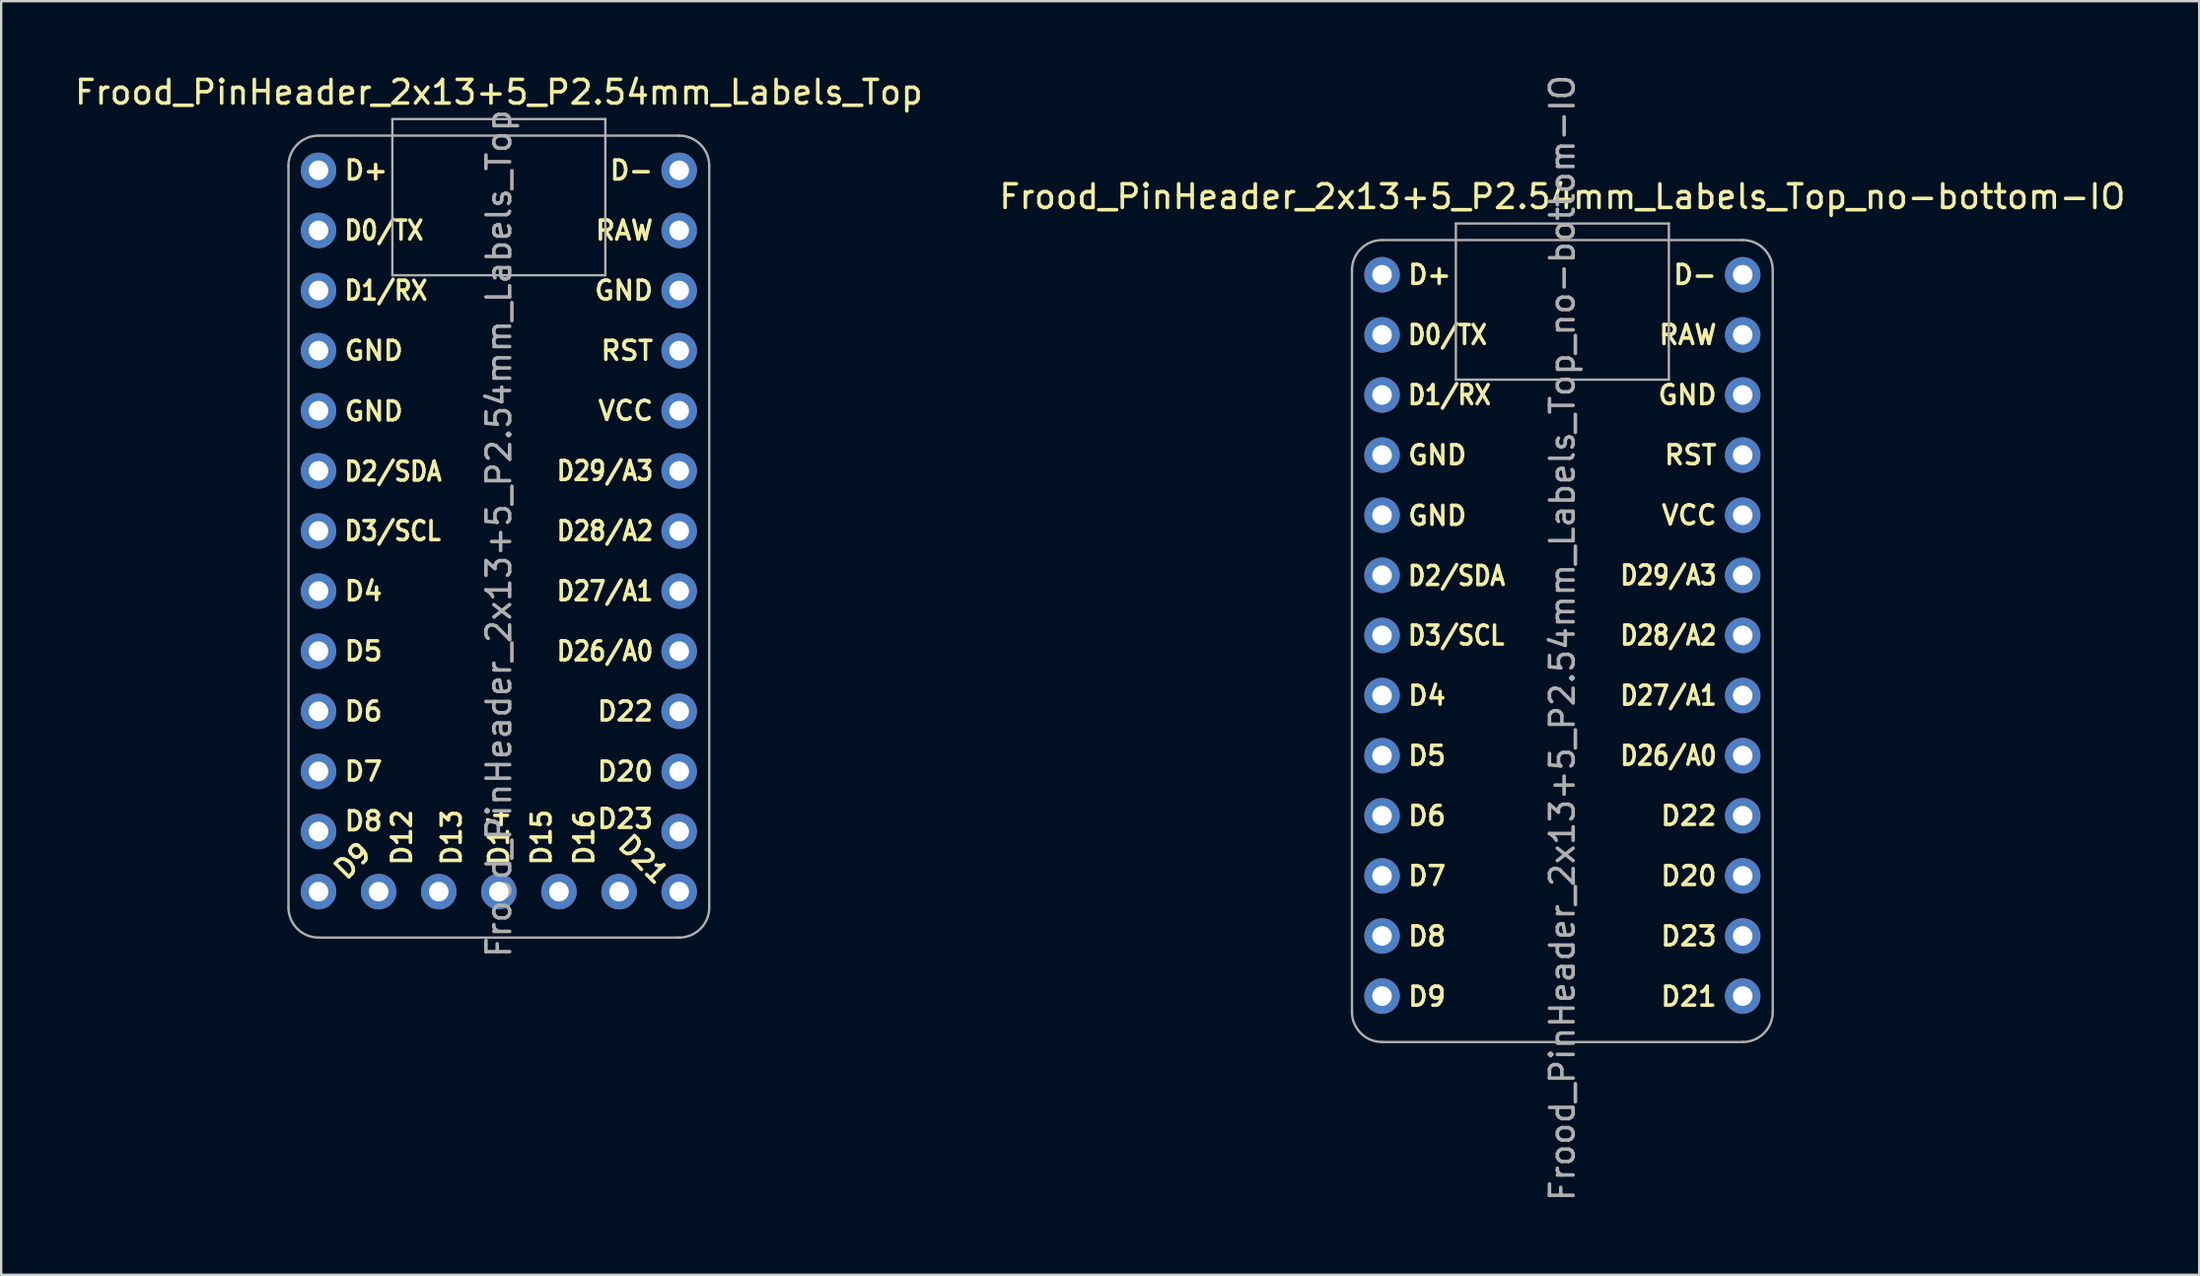
<source format=kicad_pcb>
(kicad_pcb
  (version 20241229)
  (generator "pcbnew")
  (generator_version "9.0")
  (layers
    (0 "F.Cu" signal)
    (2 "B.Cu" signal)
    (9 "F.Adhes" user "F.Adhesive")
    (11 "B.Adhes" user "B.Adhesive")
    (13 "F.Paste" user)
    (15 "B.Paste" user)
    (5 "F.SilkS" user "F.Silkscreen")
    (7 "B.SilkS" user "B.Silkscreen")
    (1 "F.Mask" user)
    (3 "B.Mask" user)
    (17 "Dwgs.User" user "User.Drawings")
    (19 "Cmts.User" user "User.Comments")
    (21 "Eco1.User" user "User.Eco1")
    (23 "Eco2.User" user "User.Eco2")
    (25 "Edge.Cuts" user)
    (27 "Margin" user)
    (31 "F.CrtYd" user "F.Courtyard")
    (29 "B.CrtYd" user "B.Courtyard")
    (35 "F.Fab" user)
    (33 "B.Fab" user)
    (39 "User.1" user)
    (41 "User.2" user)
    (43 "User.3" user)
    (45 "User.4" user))
  (footprint "Frood_PinHeader_2x13+5_P2.54mm_Labels_Top"
    (layer "F.Cu")
    (at 18.03 4.148)
    (property "Reference" "Frood_PinHeader_2x13+5_P2.54mm_Labels_Top" (at 0 -3.3 0) (layer "F.SilkS") (effects (font (size 1 1) (thickness 0.15))))
    (attr through_hole)
    (fp_line (start -8.89 -0.197) (end -8.89 31.151) (stroke (width 0.1) (type solid)) (layer "F.Fab"))
    (fp_line (start -7.62 -1.467) (end 7.62 -1.467) (stroke (width 0.1) (type solid)) (layer "F.Fab"))
    (fp_line (start -7.62 32.421) (end 7.62 32.421) (stroke (width 0.1) (type solid)) (layer "F.Fab"))
    (fp_line (start -4.5 -2.167) (end -4.5 4.433) (stroke (width 0.1) (type solid)) (layer "F.Fab"))
    (fp_line (start -4.5 4.433) (end 4.5 4.433) (stroke (width 0.1) (type solid)) (layer "F.Fab"))
    (fp_line (start 4.5 -2.167) (end -4.5 -2.167) (stroke (width 0.1) (type solid)) (layer "F.Fab"))
    (fp_line (start 4.5 4.433) (end 4.5 -2.167) (stroke (width 0.1) (type solid)) (layer "F.Fab"))
    (fp_line (start 8.89 31.151) (end 8.89 -0.197) (stroke (width 0.1) (type solid)) (layer "F.Fab"))
    (fp_arc (start -8.89 -0.1965) (mid -8.518056 -1.094702) (end -7.62 -1.467) (stroke (width 0.1) (type solid)) (layer "F.Fab"))
    (fp_arc (start -7.62 32.421) (mid -8.518026 32.049026) (end -8.89 31.151) (stroke (width 0.1) (type solid)) (layer "F.Fab"))
    (fp_arc (start 7.62 -1.467) (mid 8.518056 -1.094702) (end 8.89 -0.1965) (stroke (width 0.1) (type solid)) (layer "F.Fab"))
    (fp_arc (start 8.89 31.151) (mid 8.518026 32.049026) (end 7.62 32.421) (stroke (width 0.1) (type solid)) (layer "F.Fab"))
    (fp_text user "D13" (at -2 29.45 90) (layer "F.SilkS") (effects (font (size 0.8 0.8) (thickness 0.15)) (justify left)))
    (fp_text user "RAW" (at 6.6 2.54 0) (layer "F.SilkS") (effects (font (size 0.8 0.8) (thickness 0.15)) (justify right)))
    (fp_text user "D8" (at -6.6 27.5 0) (layer "F.SilkS") (effects (font (size 0.8 0.8) (thickness 0.15)) (justify left)))
    (fp_text user "D2/SDA" (at -6.6 12.723 0) (layer "F.SilkS") (effects (font (size 0.8 0.7) (thickness 0.15)) (justify left)))
    (fp_text user "GND" (at -6.6 7.62 0) (layer "F.SilkS") (effects (font (size 0.8 0.8) (thickness 0.15)) (justify left)))
    (fp_text user "D22" (at 6.6 22.86 0) (layer "F.SilkS") (effects (font (size 0.8 0.8) (thickness 0.15)) (justify right)))
    (fp_text user "D7" (at -6.6 25.4 0) (layer "F.SilkS") (effects (font (size 0.8 0.8) (thickness 0.15)) (justify left)))
    (fp_text user "D+" (at -6.6 0 0) (layer "F.SilkS") (effects (font (size 0.8 0.8) (thickness 0.15)) (justify left)))
    (fp_text user "D6" (at -6.6 22.86 0) (layer "F.SilkS") (effects (font (size 0.8 0.8) (thickness 0.15)) (justify left)))
    (fp_text user "D12" (at -4.1 29.45 90) (layer "F.SilkS") (effects (font (size 0.8 0.8) (thickness 0.15)) (justify left)))
    (fp_text user "D16" (at 3.6 29.45 90) (layer "F.SilkS") (effects (font (size 0.8 0.8) (thickness 0.15)) (justify left)))
    (fp_text user "VCC" (at 6.6 10.16 0) (layer "F.SilkS") (effects (font (size 0.8 0.8) (thickness 0.15)) (justify right)))
    (fp_text user "D20" (at 6.6 25.4 0) (layer "F.SilkS") (effects (font (size 0.8 0.8) (thickness 0.15)) (justify right)))
    (fp_text user "D4" (at -6.6 17.78 0) (layer "F.SilkS") (effects (font (size 0.8 0.8) (thickness 0.15)) (justify left)))
    (fp_text user "D3/SCL" (at -6.6 15.24 0) (layer "F.SilkS") (effects (font (size 0.8 0.7) (thickness 0.15)) (justify left)))
    (fp_text user "D15" (at 1.8 29.45 90) (layer "F.SilkS") (effects (font (size 0.8 0.8) (thickness 0.15)) (justify left)))
    (fp_text user "D26/A0" (at 6.6 20.32 0) (layer "F.SilkS") (effects (font (size 0.8 0.7) (thickness 0.15)) (justify right)))
    (fp_text user "D9" (at -6.8 29.8 45) (layer "F.SilkS") (effects (font (size 0.8 0.8) (thickness 0.15)) (justify left)))
    (fp_text user "D27/A1" (at 6.6 17.78 0) (layer "F.SilkS") (effects (font (size 0.8 0.7) (thickness 0.15)) (justify right)))
    (fp_text user "D29/A3" (at 6.6 12.7 0) (layer "F.SilkS") (effects (font (size 0.8 0.7) (thickness 0.15)) (justify right)))
    (fp_text user "D14" (at 0 29.45 90) (layer "F.SilkS") (effects (font (size 0.8 0.8) (thickness 0.15)) (justify left)))
    (fp_text user "RST" (at 6.6 7.62 0) (layer "F.SilkS") (effects (font (size 0.8 0.8) (thickness 0.15)) (justify right)))
    (fp_text user "GND" (at -6.6 10.18 0) (layer "F.SilkS") (effects (font (size 0.8 0.8) (thickness 0.15)) (justify left)))
    (fp_text user "D-" (at 6.6 0 0) (layer "F.SilkS") (effects (font (size 0.8 0.8) (thickness 0.15)) (justify right)))
    (fp_text user "D1/RX" (at -6.6 5.08 0) (layer "F.SilkS") (effects (font (size 0.8 0.7) (thickness 0.15)) (justify left)))
    (fp_text user "D28/A2" (at 6.6 15.24 0) (layer "F.SilkS") (effects (font (size 0.8 0.7) (thickness 0.15)) (justify right)))
    (fp_text user "D0/TX" (at -6.6 2.54 0) (layer "F.SilkS") (effects (font (size 0.8 0.7) (thickness 0.15)) (justify left)))
    (fp_text user "D23" (at 6.6 27.4 0) (layer "F.SilkS") (effects (font (size 0.8 0.8) (thickness 0.15)) (justify right)))
    (fp_text user "D21" (at 7 30 315) (unlocked yes) (layer "F.SilkS") (effects (font (size 0.8 0.8) (thickness 0.15)) (justify right)))
    (fp_text user "D5" (at -6.6 20.32 0) (layer "F.SilkS") (effects (font (size 0.8 0.8) (thickness 0.15)) (justify left)))
    (fp_text user "GND" (at 6.6 5.08 0) (layer "F.SilkS") (effects (font (size 0.8 0.8) (thickness 0.15)) (justify right)))
    (fp_text user "${REFERENCE}" (at 0 15.35 90) (layer "F.Fab") (effects (font (size 1 1) (thickness 0.15))))
    (pad "1" thru_hole oval (at -7.62 0) (size 1.5 1.5) (drill 0.83) (layers "*.Cu" "*.Mask"))
    (pad "2" thru_hole oval (at -7.62 2.54) (size 1.5 1.5) (drill 0.83) (layers "*.Cu" "*.Mask"))
    (pad "3" thru_hole oval (at -7.62 5.08) (size 1.5 1.5) (drill 0.83) (layers "*.Cu" "*.Mask"))
    (pad "4" thru_hole oval (at -7.62 7.62) (size 1.5 1.5) (drill 0.83) (layers "*.Cu" "*.Mask"))
    (pad "5" thru_hole oval (at -7.62 10.16) (size 1.5 1.5) (drill 0.83) (layers "*.Cu" "*.Mask"))
    (pad "6" thru_hole oval (at -7.62 12.7) (size 1.5 1.5) (drill 0.83) (layers "*.Cu" "*.Mask"))
    (pad "7" thru_hole oval (at -7.62 15.24) (size 1.5 1.5) (drill 0.83) (layers "*.Cu" "*.Mask"))
    (pad "8" thru_hole oval (at -7.62 17.78) (size 1.5 1.5) (drill 0.83) (layers "*.Cu" "*.Mask"))
    (pad "9" thru_hole oval (at -7.62 20.32) (size 1.5 1.5) (drill 0.83) (layers "*.Cu" "*.Mask"))
    (pad "10" thru_hole oval (at -7.62 22.86) (size 1.5 1.5) (drill 0.83) (layers "*.Cu" "*.Mask"))
    (pad "11" thru_hole oval (at -7.62 25.4) (size 1.5 1.5) (drill 0.83) (layers "*.Cu" "*.Mask"))
    (pad "12" thru_hole oval (at -7.62 27.94) (size 1.5 1.5) (drill 0.83) (layers "*.Cu" "*.Mask"))
    (pad "13" thru_hole oval (at -7.62 30.48) (size 1.5 1.5) (drill 0.83) (layers "*.Cu" "*.Mask"))
    (pad "14" thru_hole oval (at -5.08 30.48) (size 1.5 1.5) (drill 0.83) (layers "*.Cu" "*.Mask"))
    (pad "15" thru_hole oval (at -2.54 30.48) (size 1.5 1.5) (drill 0.83) (layers "*.Cu" "*.Mask"))
    (pad "16" thru_hole oval (at 0 30.48) (size 1.5 1.5) (drill 0.83) (layers "*.Cu" "*.Mask"))
    (pad "17" thru_hole oval (at 2.54 30.48) (size 1.5 1.5) (drill 0.83) (layers "*.Cu" "*.Mask"))
    (pad "18" thru_hole oval (at 5.08 30.48) (size 1.5 1.5) (drill 0.83) (layers "*.Cu" "*.Mask"))
    (pad "19" thru_hole oval (at 7.62 30.48) (size 1.5 1.5) (drill 0.83) (layers "*.Cu" "*.Mask"))
    (pad "20" thru_hole oval (at 7.62 27.94) (size 1.5 1.5) (drill 0.83) (layers "*.Cu" "*.Mask"))
    (pad "21" thru_hole oval (at 7.62 25.4) (size 1.5 1.5) (drill 0.83) (layers "*.Cu" "*.Mask"))
    (pad "22" thru_hole oval (at 7.62 22.86) (size 1.5 1.5) (drill 0.83) (layers "*.Cu" "*.Mask"))
    (pad "23" thru_hole oval (at 7.62 20.32) (size 1.5 1.5) (drill 0.83) (layers "*.Cu" "*.Mask"))
    (pad "24" thru_hole oval (at 7.62 17.78) (size 1.5 1.5) (drill 0.83) (layers "*.Cu" "*.Mask"))
    (pad "25" thru_hole oval (at 7.62 15.24) (size 1.5 1.5) (drill 0.83) (layers "*.Cu" "*.Mask"))
    (pad "26" thru_hole oval (at 7.62 12.7) (size 1.5 1.5) (drill 0.83) (layers "*.Cu" "*.Mask"))
    (pad "27" thru_hole oval (at 7.62 10.16) (size 1.5 1.5) (drill 0.83) (layers "*.Cu" "*.Mask"))
    (pad "28" thru_hole oval (at 7.62 7.62) (size 1.5 1.5) (drill 0.83) (layers "*.Cu" "*.Mask"))
    (pad "29" thru_hole oval (at 7.62 5.08) (size 1.5 1.5) (drill 0.83) (layers "*.Cu" "*.Mask"))
    (pad "30" thru_hole oval (at 7.62 2.54) (size 1.5 1.5) (drill 0.83) (layers "*.Cu" "*.Mask"))
    (pad "31" thru_hole oval (at 7.62 0) (size 1.5 1.5) (drill 0.83) (layers "*.Cu" "*.Mask")))
  (footprint "Frood_PinHeader_2x13+5_P2.54mm_Labels_Top_no-bottom-IO"
    (layer "F.Cu")
    (at 62.97 8.561)
    (property "Reference" "Frood_PinHeader_2x13+5_P2.54mm_Labels_Top_no-bottom-IO" (at 0 -3.3 0) (layer "F.SilkS") (effects (font (size 1 1) (thickness 0.15))))
    (attr through_hole)
    (fp_line (start -8.89 -0.197) (end -8.89 31.151) (stroke (width 0.1) (type solid)) (layer "F.Fab"))
    (fp_line (start -7.62 -1.467) (end 7.62 -1.467) (stroke (width 0.1) (type solid)) (layer "F.Fab"))
    (fp_line (start -7.62 32.421) (end 7.62 32.421) (stroke (width 0.1) (type solid)) (layer "F.Fab"))
    (fp_line (start -4.5 -2.167) (end -4.5 4.433) (stroke (width 0.1) (type solid)) (layer "F.Fab"))
    (fp_line (start -4.5 4.433) (end 4.5 4.433) (stroke (width 0.1) (type solid)) (layer "F.Fab"))
    (fp_line (start 4.5 -2.167) (end -4.5 -2.167) (stroke (width 0.1) (type solid)) (layer "F.Fab"))
    (fp_line (start 4.5 4.433) (end 4.5 -2.167) (stroke (width 0.1) (type solid)) (layer "F.Fab"))
    (fp_line (start 8.89 31.151) (end 8.89 -0.197) (stroke (width 0.1) (type solid)) (layer "F.Fab"))
    (fp_arc (start -8.89 -0.1965) (mid -8.518056 -1.094702) (end -7.62 -1.467) (stroke (width 0.1) (type solid)) (layer "F.Fab"))
    (fp_arc (start -7.62 32.421) (mid -8.518026 32.049026) (end -8.89 31.151) (stroke (width 0.1) (type solid)) (layer "F.Fab"))
    (fp_arc (start 7.62 -1.467) (mid 8.518056 -1.094702) (end 8.89 -0.1965) (stroke (width 0.1) (type solid)) (layer "F.Fab"))
    (fp_arc (start 8.89 31.151) (mid 8.518026 32.049026) (end 7.62 32.421) (stroke (width 0.1) (type solid)) (layer "F.Fab"))
    (fp_text user "D28/A2" (at 6.6 15.24 0) (layer "F.SilkS") (effects (font (size 0.8 0.7) (thickness 0.15)) (justify right)))
    (fp_text user "D26/A0" (at 6.6 20.32 0) (layer "F.SilkS") (effects (font (size 0.8 0.7) (thickness 0.15)) (justify right)))
    (fp_text user "RAW" (at 6.6 2.54 0) (layer "F.SilkS") (effects (font (size 0.8 0.8) (thickness 0.15)) (justify right)))
    (fp_text user "D22" (at 6.6 22.86 0) (layer "F.SilkS") (effects (font (size 0.8 0.8) (thickness 0.15)) (justify right)))
    (fp_text user "D0/TX" (at -6.6 2.54 0) (layer "F.SilkS") (effects (font (size 0.8 0.7) (thickness 0.15)) (justify left)))
    (fp_text user "D23" (at 6.6 27.95 0) (layer "F.SilkS") (effects (font (size 0.8 0.8) (thickness 0.15)) (justify right)))
    (fp_text user "D21" (at 6.6 30.5 0) (unlocked yes) (layer "F.SilkS") (effects (font (size 0.8 0.8) (thickness 0.15)) (justify right)))
    (fp_text user "D+" (at -6.6 0 0) (layer "F.SilkS") (effects (font (size 0.8 0.8) (thickness 0.15)) (justify left)))
    (fp_text user "RST" (at 6.6 7.62 0) (layer "F.SilkS") (effects (font (size 0.8 0.8) (thickness 0.15)) (justify right)))
    (fp_text user "D6" (at -6.6 22.86 0) (layer "F.SilkS") (effects (font (size 0.8 0.8) (thickness 0.15)) (justify left)))
    (fp_text user "D8" (at -6.6 27.95 0) (layer "F.SilkS") (effects (font (size 0.8 0.8) (thickness 0.15)) (justify left)))
    (fp_text user "D29/A3" (at 6.6 12.7 0) (layer "F.SilkS") (effects (font (size 0.8 0.7) (thickness 0.15)) (justify right)))
    (fp_text user "D1/RX" (at -6.6 5.08 0) (layer "F.SilkS") (effects (font (size 0.8 0.7) (thickness 0.15)) (justify left)))
    (fp_text user "D3/SCL" (at -6.6 15.24 0) (layer "F.SilkS") (effects (font (size 0.8 0.7) (thickness 0.15)) (justify left)))
    (fp_text user "D9" (at -6.6 30.5 0) (layer "F.SilkS") (effects (font (size 0.8 0.8) (thickness 0.15)) (justify left)))
    (fp_text user "D27/A1" (at 6.6 17.78 0) (layer "F.SilkS") (effects (font (size 0.8 0.7) (thickness 0.15)) (justify right)))
    (fp_text user "D5" (at -6.6 20.32 0) (layer "F.SilkS") (effects (font (size 0.8 0.8) (thickness 0.15)) (justify left)))
    (fp_text user "D2/SDA" (at -6.6 12.723 0) (layer "F.SilkS") (effects (font (size 0.8 0.7) (thickness 0.15)) (justify left)))
    (fp_text user "D20" (at 6.6 25.4 0) (layer "F.SilkS") (effects (font (size 0.8 0.8) (thickness 0.15)) (justify right)))
    (fp_text user "GND" (at 6.6 5.08 0) (layer "F.SilkS") (effects (font (size 0.8 0.8) (thickness 0.15)) (justify right)))
    (fp_text user "D-" (at 6.6 0 0) (layer "F.SilkS") (effects (font (size 0.8 0.8) (thickness 0.15)) (justify right)))
    (fp_text user "GND" (at -6.6 7.62 0) (layer "F.SilkS") (effects (font (size 0.8 0.8) (thickness 0.15)) (justify left)))
    (fp_text user "D7" (at -6.6 25.4 0) (layer "F.SilkS") (effects (font (size 0.8 0.8) (thickness 0.15)) (justify left)))
    (fp_text user "GND" (at -6.6 10.18 0) (layer "F.SilkS") (effects (font (size 0.8 0.8) (thickness 0.15)) (justify left)))
    (fp_text user "VCC" (at 6.6 10.16 0) (layer "F.SilkS") (effects (font (size 0.8 0.8) (thickness 0.15)) (justify right)))
    (fp_text user "D4" (at -6.6 17.78 0) (layer "F.SilkS") (effects (font (size 0.8 0.8) (thickness 0.15)) (justify left)))
    (fp_text user "${REFERENCE}" (at 0 15.35 90) (layer "F.Fab") (effects (font (size 1 1) (thickness 0.15))))
    (pad "1" thru_hole oval (at -7.62 0) (size 1.5 1.5) (drill 0.83) (layers "*.Cu" "*.Mask"))
    (pad "2" thru_hole oval (at -7.62 2.54) (size 1.5 1.5) (drill 0.83) (layers "*.Cu" "*.Mask"))
    (pad "3" thru_hole oval (at -7.62 5.08) (size 1.5 1.5) (drill 0.83) (layers "*.Cu" "*.Mask"))
    (pad "4" thru_hole oval (at -7.62 7.62 45) (size 1.5 1.5) (drill 0.83) (layers "*.Cu" "*.Mask"))
    (pad "5" thru_hole oval (at -7.62 10.16 45) (size 1.5 1.5) (drill 0.83) (layers "*.Cu" "*.Mask"))
    (pad "6" thru_hole oval (at -7.62 12.7) (size 1.5 1.5) (drill 0.83) (layers "*.Cu" "*.Mask"))
    (pad "7" thru_hole oval (at -7.62 15.24) (size 1.5 1.5) (drill 0.83) (layers "*.Cu" "*.Mask"))
    (pad "8" thru_hole oval (at -7.62 17.78) (size 1.5 1.5) (drill 0.83) (layers "*.Cu" "*.Mask"))
    (pad "9" thru_hole oval (at -7.62 20.32) (size 1.5 1.5) (drill 0.83) (layers "*.Cu" "*.Mask"))
    (pad "10" thru_hole oval (at -7.62 22.86) (size 1.5 1.5) (drill 0.83) (layers "*.Cu" "*.Mask"))
    (pad "11" thru_hole oval (at -7.62 25.4) (size 1.5 1.5) (drill 0.83) (layers "*.Cu" "*.Mask"))
    (pad "12" thru_hole oval (at -7.62 27.94) (size 1.5 1.5) (drill 0.83) (layers "*.Cu" "*.Mask"))
    (pad "13" thru_hole oval (at -7.62 30.48) (size 1.5 1.5) (drill 0.83) (layers "*.Cu" "*.Mask"))
    (pad "19" thru_hole oval (at 7.62 30.48) (size 1.5 1.5) (drill 0.83) (layers "*.Cu" "*.Mask"))
    (pad "20" thru_hole oval (at 7.62 27.94) (size 1.5 1.5) (drill 0.83) (layers "*.Cu" "*.Mask"))
    (pad "21" thru_hole oval (at 7.62 25.4) (size 1.5 1.5) (drill 0.83) (layers "*.Cu" "*.Mask"))
    (pad "22" thru_hole oval (at 7.62 22.86) (size 1.5 1.5) (drill 0.83) (layers "*.Cu" "*.Mask"))
    (pad "23" thru_hole oval (at 7.62 20.32) (size 1.5 1.5) (drill 0.83) (layers "*.Cu" "*.Mask"))
    (pad "24" thru_hole oval (at 7.62 17.78) (size 1.5 1.5) (drill 0.83) (layers "*.Cu" "*.Mask"))
    (pad "25" thru_hole oval (at 7.62 15.24) (size 1.5 1.5) (drill 0.83) (layers "*.Cu" "*.Mask"))
    (pad "26" thru_hole oval (at 7.62 12.7) (size 1.5 1.5) (drill 0.83) (layers "*.Cu" "*.Mask"))
    (pad "27" thru_hole oval (at 7.62 10.16) (size 1.5 1.5) (drill 0.83) (layers "*.Cu" "*.Mask"))
    (pad "28" thru_hole oval (at 7.62 7.62) (size 1.5 1.5) (drill 0.83) (layers "*.Cu" "*.Mask"))
    (pad "29" thru_hole oval (at 7.62 5.08 45) (size 1.5 1.5) (drill 0.83) (layers "*.Cu" "*.Mask"))
    (pad "30" thru_hole oval (at 7.62 2.54) (size 1.5 1.5) (drill 0.83) (layers "*.Cu" "*.Mask"))
    (pad "31" thru_hole oval (at 7.62 0) (size 1.5 1.5) (drill 0.83) (layers "*.Cu" "*.Mask")))
  (gr_rect
    (start -3 -3)
    (end 89.881 50.821)
    (stroke (width 0.1) (type default))
    (fill no)
    (layer "Edge.Cuts")))
</source>
